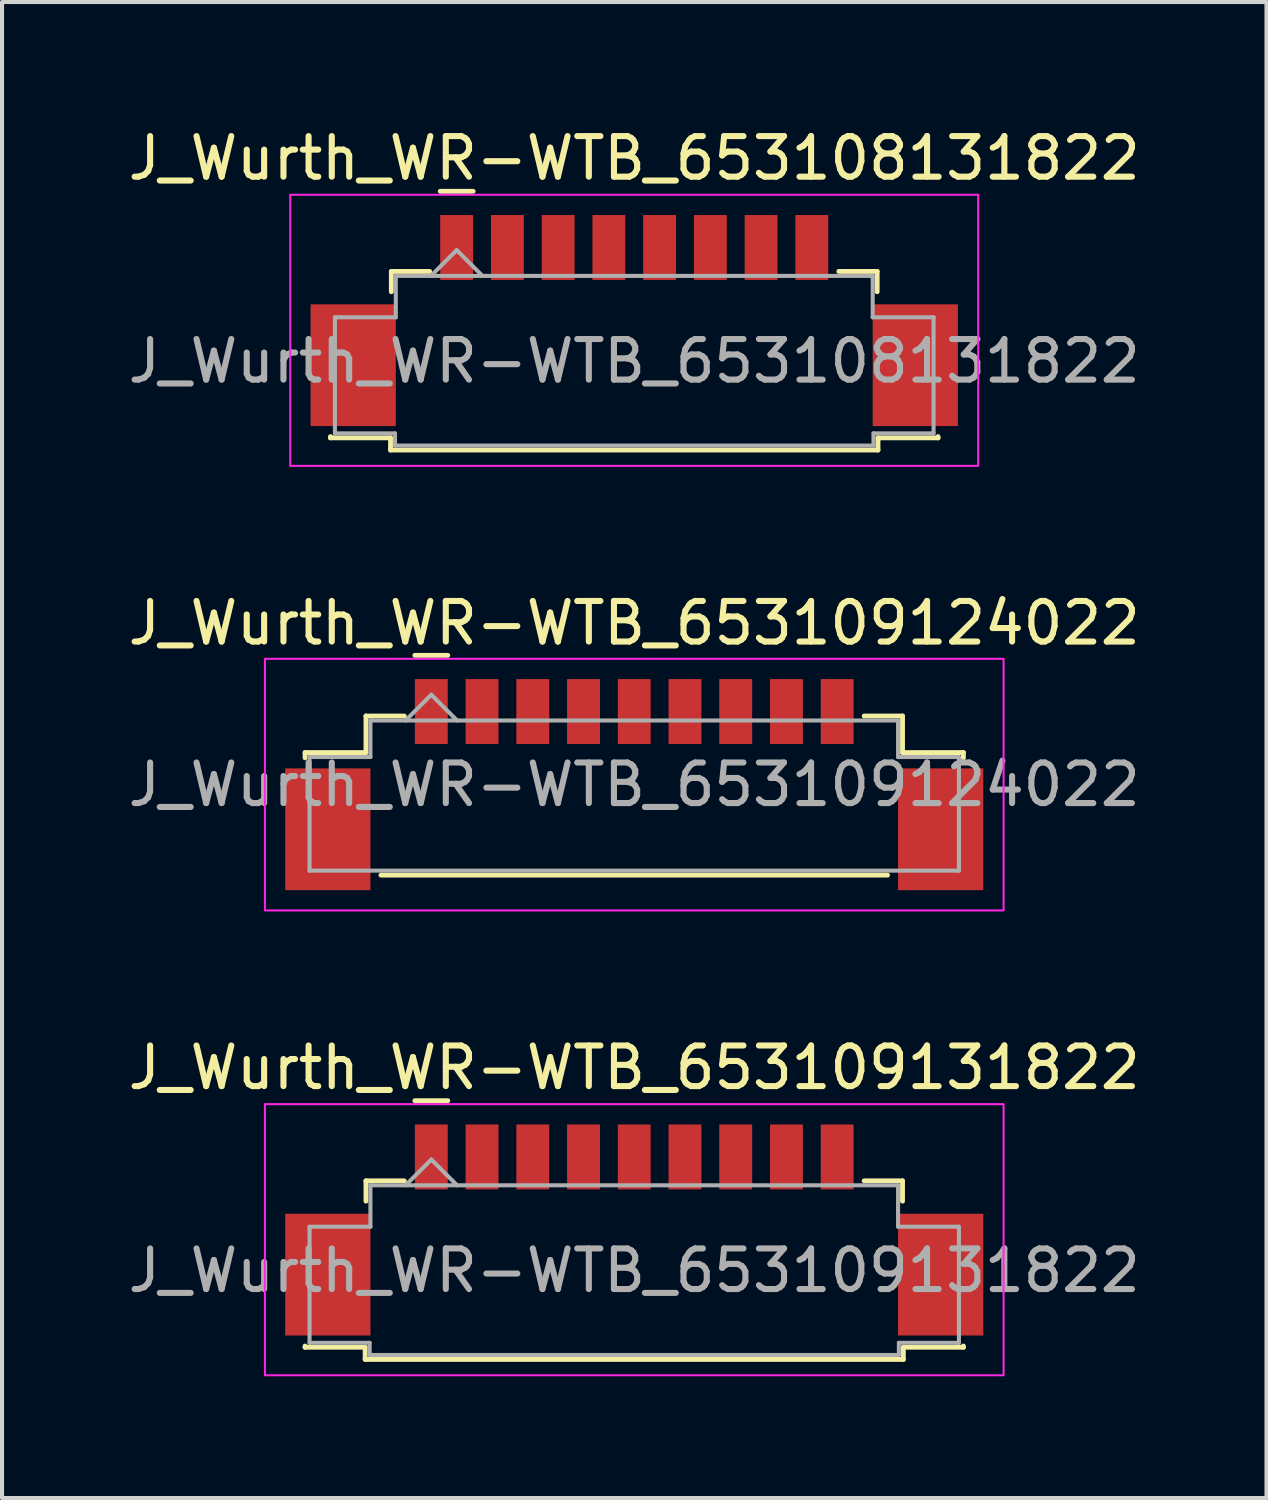
<source format=kicad_pcb>
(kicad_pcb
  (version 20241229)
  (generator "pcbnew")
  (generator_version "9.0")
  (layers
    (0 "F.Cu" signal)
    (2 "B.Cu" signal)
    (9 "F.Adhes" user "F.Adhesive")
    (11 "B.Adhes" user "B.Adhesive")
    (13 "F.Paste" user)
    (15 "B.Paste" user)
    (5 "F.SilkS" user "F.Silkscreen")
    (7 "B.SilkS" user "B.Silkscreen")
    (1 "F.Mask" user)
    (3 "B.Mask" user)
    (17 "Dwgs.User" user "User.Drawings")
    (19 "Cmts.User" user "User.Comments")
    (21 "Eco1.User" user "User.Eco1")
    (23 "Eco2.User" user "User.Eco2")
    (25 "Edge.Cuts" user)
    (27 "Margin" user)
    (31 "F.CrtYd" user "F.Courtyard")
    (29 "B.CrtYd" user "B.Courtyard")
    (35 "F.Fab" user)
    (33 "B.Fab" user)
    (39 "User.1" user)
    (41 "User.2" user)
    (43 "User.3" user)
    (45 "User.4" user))
  (footprint "J_Wurth_WR-WTB_653109124022"
    (layer "F.Cu")
    (at 12.577 16.552)
    (property "Reference" "J_Wurth_WR-WTB_653109124022" (at 0 -4.25 0) (unlocked yes) (layer "F.SilkS") (effects (font (size 1 1) (thickness 0.15))))
    (attr smd)
    (fp_line (start -8.11 -1.06) (end -8.11 -0.93) (stroke (width 0.12) (type solid)) (layer "F.SilkS"))
    (fp_line (start -6.61 -1.96) (end -6.61 -1.06) (stroke (width 0.12) (type solid)) (layer "F.SilkS"))
    (fp_line (start -6.61 -1.06) (end -8.11 -1.06) (stroke (width 0.12) (type solid)) (layer "F.SilkS"))
    (fp_line (start -6.24 1.96) (end 6.24 1.96) (stroke (width 0.12) (type solid)) (layer "F.SilkS"))
    (fp_line (start -5.665 -1.96) (end -6.61 -1.96) (stroke (width 0.12) (type solid)) (layer "F.SilkS"))
    (fp_line (start -5.405 -3.455) (end -4.595 -3.455) (stroke (width 0.12) (type solid)) (layer "F.SilkS"))
    (fp_line (start 6.61 -1.96) (end 5.665 -1.96) (stroke (width 0.12) (type solid)) (layer "F.SilkS"))
    (fp_line (start 6.61 -1.06) (end 6.61 -1.96) (stroke (width 0.12) (type solid)) (layer "F.SilkS"))
    (fp_line (start 8.11 -1.06) (end 6.61 -1.06) (stroke (width 0.12) (type solid)) (layer "F.SilkS"))
    (fp_line (start 8.11 -1.06) (end 8.11 -0.93) (stroke (width 0.12) (type solid)) (layer "F.SilkS"))
    (fp_rect (start -9.1 -3.37) (end 9.1 2.83) (stroke (width 0.05) (type solid)) (fill no) (layer "F.CrtYd"))
    (fp_line (start -8 -0.95) (end -6.5 -0.95) (stroke (width 0.1) (type solid)) (layer "F.Fab"))
    (fp_line (start -8 1.85) (end -8 -0.95) (stroke (width 0.1) (type solid)) (layer "F.Fab"))
    (fp_line (start -6.5 -1.85) (end 6.5 -1.85) (stroke (width 0.1) (type solid)) (layer "F.Fab"))
    (fp_line (start -6.5 -0.95) (end -6.5 -1.85) (stroke (width 0.1) (type solid)) (layer "F.Fab"))
    (fp_line (start -5 -2.485) (end -5.635 -1.85) (stroke (width 0.1) (type default)) (layer "F.Fab"))
    (fp_line (start -4.365 -1.85) (end -5 -2.485) (stroke (width 0.1) (type default)) (layer "F.Fab"))
    (fp_line (start 6.5 -0.95) (end 6.5 -1.85) (stroke (width 0.1) (type solid)) (layer "F.Fab"))
    (fp_line (start 8 -0.95) (end 6.5 -0.95) (stroke (width 0.1) (type solid)) (layer "F.Fab"))
    (fp_line (start 8 1.85) (end -8 1.85) (stroke (width 0.1) (type solid)) (layer "F.Fab"))
    (fp_line (start 8 1.85) (end 8 -0.95) (stroke (width 0.1) (type solid)) (layer "F.Fab"))
    (fp_text user "${REFERENCE}" (at 0 -0.27 0) (unlocked yes) (layer "F.Fab") (effects (font (size 1 1) (thickness 0.15))))
    (pad "1" smd rect (at -5 -2.07) (size 0.81 1.6) (layers "F.Cu" "F.Mask" "F.Paste"))
    (pad "2" smd rect (at -3.75 -2.07) (size 0.81 1.6) (layers "F.Cu" "F.Mask" "F.Paste"))
    (pad "3" smd rect (at -2.5 -2.07) (size 0.81 1.6) (layers "F.Cu" "F.Mask" "F.Paste"))
    (pad "4" smd rect (at -1.25 -2.07) (size 0.81 1.6) (layers "F.Cu" "F.Mask" "F.Paste"))
    (pad "5" smd rect (at 0 -2.07) (size 0.81 1.6) (layers "F.Cu" "F.Mask" "F.Paste"))
    (pad "6" smd rect (at 1.25 -2.07) (size 0.81 1.6) (layers "F.Cu" "F.Mask" "F.Paste"))
    (pad "7" smd rect (at 2.5 -2.07) (size 0.81 1.6) (layers "F.Cu" "F.Mask" "F.Paste"))
    (pad "8" smd rect (at 3.75 -2.07) (size 0.81 1.6) (layers "F.Cu" "F.Mask" "F.Paste"))
    (pad "9" smd rect (at 5 -2.07) (size 0.81 1.6) (layers "F.Cu" "F.Mask" "F.Paste"))
    (pad "MP1" smd rect (at -7.55 0.83) (size 2.1 3) (layers "F.Cu" "F.Mask" "F.Paste"))
    (pad "MP2" smd rect (at 7.55 0.83) (size 2.1 3) (layers "F.Cu" "F.Mask" "F.Paste")))
  (footprint "J_Wurth_WR-WTB_653109131822"
    (layer "F.Cu")
    (at 12.577 28.255)
    (property "Reference" "J_Wurth_WR-WTB_653109131822" (at 0 -5 0) (unlocked yes) (layer "F.SilkS") (effects (font (size 1 1) (thickness 0.15))))
    (attr smd)
    (fp_line (start -8.11 1.86) (end -8.11 1.89) (stroke (width 0.12) (type solid)) (layer "F.SilkS"))
    (fp_line (start -8.11 1.89) (end -6.63 1.89) (stroke (width 0.12) (type default)) (layer "F.SilkS"))
    (fp_line (start -6.63 1.89) (end -6.63 2.19) (stroke (width 0.12) (type default)) (layer "F.SilkS"))
    (fp_line (start -6.63 2.19) (end 6.63 2.19) (stroke (width 0.12) (type default)) (layer "F.SilkS"))
    (fp_line (start -6.61 -2.21) (end -6.61 -1.71) (stroke (width 0.12) (type default)) (layer "F.SilkS"))
    (fp_line (start -5.665 -2.21) (end -6.61 -2.21) (stroke (width 0.12) (type solid)) (layer "F.SilkS"))
    (fp_line (start -5.405 -4.185) (end -4.595 -4.185) (stroke (width 0.12) (type solid)) (layer "F.SilkS"))
    (fp_line (start 5.665 -2.21) (end 6.61 -2.21) (stroke (width 0.12) (type solid)) (layer "F.SilkS"))
    (fp_line (start 6.61 -2.21) (end 6.61 -1.71) (stroke (width 0.12) (type default)) (layer "F.SilkS"))
    (fp_line (start 6.63 1.89) (end 8.11 1.89) (stroke (width 0.12) (type default)) (layer "F.SilkS"))
    (fp_line (start 6.63 2.19) (end 6.63 1.89) (stroke (width 0.12) (type default)) (layer "F.SilkS"))
    (fp_line (start 8.11 1.89) (end 8.11 1.86) (stroke (width 0.12) (type solid)) (layer "F.SilkS"))
    (fp_rect (start -9.1 -4.1) (end 9.1 2.58) (stroke (width 0.05) (type solid)) (fill no) (layer "F.CrtYd"))
    (fp_line (start -8 -1.08) (end -6.5 -1.08) (stroke (width 0.1) (type default)) (layer "F.Fab"))
    (fp_line (start -8 1.78) (end -8 -1.08) (stroke (width 0.1) (type solid)) (layer "F.Fab"))
    (fp_line (start -8 1.78) (end -6.52 1.78) (stroke (width 0.1) (type solid)) (layer "F.Fab"))
    (fp_line (start -6.52 1.78) (end -6.52 2.08) (stroke (width 0.1) (type solid)) (layer "F.Fab"))
    (fp_line (start -6.52 2.08) (end 6.52 2.08) (stroke (width 0.1) (type default)) (layer "F.Fab"))
    (fp_line (start -6.5 -2.1) (end -6.5 -1.08) (stroke (width 0.1) (type solid)) (layer "F.Fab"))
    (fp_line (start -6.5 -2.1) (end 6.5 -2.1) (stroke (width 0.1) (type solid)) (layer "F.Fab"))
    (fp_line (start -5 -2.735) (end -5.635 -2.1) (stroke (width 0.1) (type default)) (layer "F.Fab"))
    (fp_line (start -4.365 -2.1) (end -5 -2.735) (stroke (width 0.1) (type default)) (layer "F.Fab"))
    (fp_line (start 6.5 -2.1) (end 6.5 -1.08) (stroke (width 0.1) (type solid)) (layer "F.Fab"))
    (fp_line (start 6.52 1.78) (end 6.52 2.08) (stroke (width 0.1) (type solid)) (layer "F.Fab"))
    (fp_line (start 8 -1.08) (end 6.5 -1.08) (stroke (width 0.1) (type default)) (layer "F.Fab"))
    (fp_line (start 8 1.78) (end 6.52 1.78) (stroke (width 0.1) (type solid)) (layer "F.Fab"))
    (fp_line (start 8 1.78) (end 8 -1.08) (stroke (width 0.1) (type solid)) (layer "F.Fab"))
    (fp_text user "${REFERENCE}" (at 0 0 0) (unlocked yes) (layer "F.Fab") (effects (font (size 1 1) (thickness 0.15))))
    (pad "1" smd rect (at -5 -2.8) (size 0.81 1.6) (layers "F.Cu" "F.Mask" "F.Paste"))
    (pad "2" smd rect (at -3.75 -2.8) (size 0.81 1.6) (layers "F.Cu" "F.Mask" "F.Paste"))
    (pad "3" smd rect (at -2.5 -2.8) (size 0.81 1.6) (layers "F.Cu" "F.Mask" "F.Paste"))
    (pad "4" smd rect (at -1.25 -2.8) (size 0.81 1.6) (layers "F.Cu" "F.Mask" "F.Paste"))
    (pad "5" smd rect (at 0 -2.8) (size 0.81 1.6) (layers "F.Cu" "F.Mask" "F.Paste"))
    (pad "6" smd rect (at 1.25 -2.8) (size 0.81 1.6) (layers "F.Cu" "F.Mask" "F.Paste"))
    (pad "7" smd rect (at 2.5 -2.8) (size 0.81 1.6) (layers "F.Cu" "F.Mask" "F.Paste"))
    (pad "8" smd rect (at 3.75 -2.8) (size 0.81 1.6) (layers "F.Cu" "F.Mask" "F.Paste"))
    (pad "9" smd rect (at 5 -2.8) (size 0.81 1.6) (layers "F.Cu" "F.Mask" "F.Paste"))
    (pad "MP1" smd rect (at -7.55 0.1) (size 2.1 3) (layers "F.Cu" "F.Mask" "F.Paste"))
    (pad "MP2" smd rect (at 7.55 0.1) (size 2.1 3) (layers "F.Cu" "F.Mask" "F.Paste")))
  (footprint "J_Wurth_WR-WTB_653108131822"
    (layer "F.Cu")
    (at 12.577 5.848)
    (property "Reference" "J_Wurth_WR-WTB_653108131822" (at 0 -5 0) (unlocked yes) (layer "F.SilkS") (effects (font (size 1 1) (thickness 0.15))))
    (attr smd)
    (fp_line (start -7.485 1.86) (end -7.485 1.89) (stroke (width 0.12) (type solid)) (layer "F.SilkS"))
    (fp_line (start -7.485 1.89) (end -6.005 1.89) (stroke (width 0.12) (type default)) (layer "F.SilkS"))
    (fp_line (start -6.005 1.89) (end -6.005 2.19) (stroke (width 0.12) (type default)) (layer "F.SilkS"))
    (fp_line (start -6.005 2.19) (end 6.005 2.19) (stroke (width 0.12) (type default)) (layer "F.SilkS"))
    (fp_line (start -5.985 -2.21) (end -5.985 -1.71) (stroke (width 0.12) (type default)) (layer "F.SilkS"))
    (fp_line (start -5.04 -2.21) (end -5.985 -2.21) (stroke (width 0.12) (type solid)) (layer "F.SilkS"))
    (fp_line (start -4.78 -4.185) (end -3.97 -4.185) (stroke (width 0.12) (type solid)) (layer "F.SilkS"))
    (fp_line (start 5.04 -2.21) (end 5.985 -2.21) (stroke (width 0.12) (type solid)) (layer "F.SilkS"))
    (fp_line (start 5.985 -2.21) (end 5.985 -1.71) (stroke (width 0.12) (type default)) (layer "F.SilkS"))
    (fp_line (start 6.005 1.89) (end 7.485 1.89) (stroke (width 0.12) (type default)) (layer "F.SilkS"))
    (fp_line (start 6.005 2.19) (end 6.005 1.89) (stroke (width 0.12) (type default)) (layer "F.SilkS"))
    (fp_line (start 7.485 1.89) (end 7.485 1.86) (stroke (width 0.12) (type solid)) (layer "F.SilkS"))
    (fp_rect (start -8.475 -4.1) (end 8.475 2.58) (stroke (width 0.05) (type solid)) (fill no) (layer "F.CrtYd"))
    (fp_line (start -7.375 -1.08) (end -5.875 -1.08) (stroke (width 0.1) (type default)) (layer "F.Fab"))
    (fp_line (start -7.375 1.78) (end -7.375 -1.08) (stroke (width 0.1) (type solid)) (layer "F.Fab"))
    (fp_line (start -7.375 1.78) (end -5.895 1.78) (stroke (width 0.1) (type solid)) (layer "F.Fab"))
    (fp_line (start -5.895 1.78) (end -5.895 2.08) (stroke (width 0.1) (type solid)) (layer "F.Fab"))
    (fp_line (start -5.895 2.08) (end 5.895 2.08) (stroke (width 0.1) (type default)) (layer "F.Fab"))
    (fp_line (start -5.875 -2.1) (end -5.875 -1.08) (stroke (width 0.1) (type solid)) (layer "F.Fab"))
    (fp_line (start -5.875 -2.1) (end 5.875 -2.1) (stroke (width 0.1) (type solid)) (layer "F.Fab"))
    (fp_line (start -4.375 -2.735) (end -5.01 -2.1) (stroke (width 0.1) (type default)) (layer "F.Fab"))
    (fp_line (start -3.74 -2.1) (end -4.375 -2.735) (stroke (width 0.1) (type default)) (layer "F.Fab"))
    (fp_line (start 5.875 -2.1) (end 5.875 -1.08) (stroke (width 0.1) (type solid)) (layer "F.Fab"))
    (fp_line (start 5.895 1.78) (end 5.895 2.08) (stroke (width 0.1) (type solid)) (layer "F.Fab"))
    (fp_line (start 7.375 -1.08) (end 5.875 -1.08) (stroke (width 0.1) (type default)) (layer "F.Fab"))
    (fp_line (start 7.375 1.78) (end 5.895 1.78) (stroke (width 0.1) (type solid)) (layer "F.Fab"))
    (fp_line (start 7.375 1.78) (end 7.375 -1.08) (stroke (width 0.1) (type solid)) (layer "F.Fab"))
    (fp_text user "${REFERENCE}" (at 0 0 0) (unlocked yes) (layer "F.Fab") (effects (font (size 1 1) (thickness 0.15))))
    (pad "1" smd rect (at -4.375 -2.8) (size 0.81 1.6) (layers "F.Cu" "F.Mask" "F.Paste"))
    (pad "2" smd rect (at -3.125 -2.8) (size 0.81 1.6) (layers "F.Cu" "F.Mask" "F.Paste"))
    (pad "3" smd rect (at -1.875 -2.8) (size 0.81 1.6) (layers "F.Cu" "F.Mask" "F.Paste"))
    (pad "4" smd rect (at -0.625 -2.8) (size 0.81 1.6) (layers "F.Cu" "F.Mask" "F.Paste"))
    (pad "5" smd rect (at 0.625 -2.8) (size 0.81 1.6) (layers "F.Cu" "F.Mask" "F.Paste"))
    (pad "6" smd rect (at 1.875 -2.8) (size 0.81 1.6) (layers "F.Cu" "F.Mask" "F.Paste"))
    (pad "7" smd rect (at 3.125 -2.8) (size 0.81 1.6) (layers "F.Cu" "F.Mask" "F.Paste"))
    (pad "8" smd rect (at 4.375 -2.8) (size 0.81 1.6) (layers "F.Cu" "F.Mask" "F.Paste"))
    (pad "MP1" smd rect (at -6.925 0.1) (size 2.1 3) (layers "F.Cu" "F.Mask" "F.Paste"))
    (pad "MP2" smd rect (at 6.925 0.1) (size 2.1 3) (layers "F.Cu" "F.Mask" "F.Paste")))
  (gr_rect
    (start -3 -3)
    (end 28.155 33.86)
    (stroke (width 0.1) (type default))
    (fill no)
    (layer "Edge.Cuts")))
</source>
